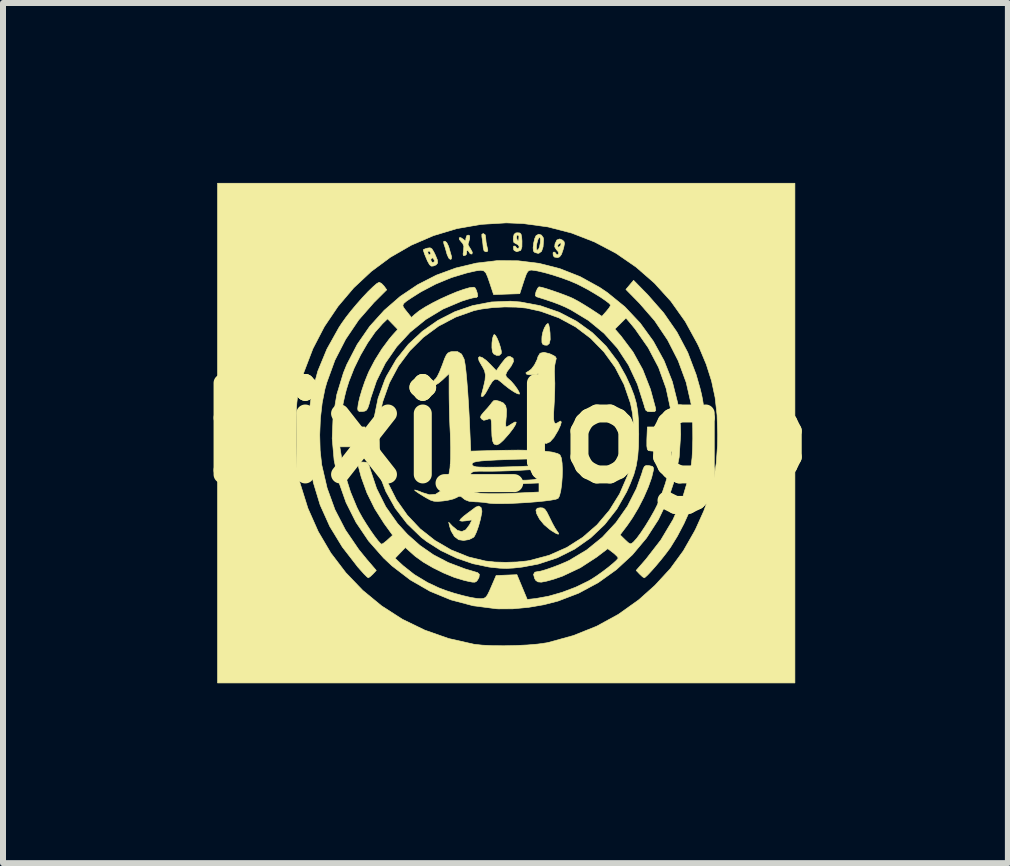
<source format=kicad_pcb>
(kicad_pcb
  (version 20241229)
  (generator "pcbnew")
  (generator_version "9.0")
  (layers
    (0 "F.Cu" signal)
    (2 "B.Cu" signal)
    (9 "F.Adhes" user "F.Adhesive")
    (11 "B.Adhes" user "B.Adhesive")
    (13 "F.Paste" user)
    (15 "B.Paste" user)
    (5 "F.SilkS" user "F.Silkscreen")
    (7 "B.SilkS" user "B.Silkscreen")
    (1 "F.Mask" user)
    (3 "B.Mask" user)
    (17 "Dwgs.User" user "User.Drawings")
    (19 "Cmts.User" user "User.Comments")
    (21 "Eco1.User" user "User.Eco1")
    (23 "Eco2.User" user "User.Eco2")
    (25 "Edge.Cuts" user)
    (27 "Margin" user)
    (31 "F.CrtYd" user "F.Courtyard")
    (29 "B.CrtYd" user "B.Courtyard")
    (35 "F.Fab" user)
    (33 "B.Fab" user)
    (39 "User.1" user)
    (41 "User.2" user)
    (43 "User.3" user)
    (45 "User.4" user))
  (footprint "bixi_logo"
    (layer "F.Cu")
    (at 5.378 4.171)
    (property "Reference" "bixi_logo" (at 0 0 0) (layer "F.SilkS") (effects (font (size 1.524 1.524) (thickness 0.3))))
    (attr through_hole)
    (fp_poly (pts (xy -0.338 -3.305) (xy -0.33 -3.257) (xy -0.323 -3.181) (xy -0.307 -3.105) (xy -0.294 -3.049) (xy -0.304 -3.026) (xy -0.326 -3.023) (xy -0.357 -3.038) (xy -0.371 -3.092) (xy -0.373 -3.117) (xy -0.381 -3.197) (xy -0.392 -3.265) (xy -0.393 -3.269) (xy -0.394 -3.315) (xy -0.369 -3.327) (xy -0.338 -3.305)) (stroke (width 0.01) (type solid)) (fill yes) (layer "F.SilkS"))
    (fp_poly (pts (xy -0.165 -1.627) (xy -0.137 -1.576) (xy -0.108 -1.505) (xy -0.084 -1.43) (xy -0.069 -1.365) (xy -0.07 -1.327) (xy -0.101 -1.297) (xy -0.15 -1.296) (xy -0.197 -1.32) (xy -0.217 -1.355) (xy -0.226 -1.424) (xy -0.225 -1.505) (xy -0.215 -1.58) (xy -0.199 -1.631) (xy -0.187 -1.644) (xy -0.165 -1.627)) (stroke (width 0.01) (type solid)) (fill yes) (layer "F.SilkS"))
    (fp_poly (pts (xy 0.722 -1.806) (xy 0.734 -1.745) (xy 0.743 -1.67) (xy 0.746 -1.56) (xy 0.73 -1.493) (xy 0.696 -1.465) (xy 0.654 -1.467) (xy 0.623 -1.48) (xy 0.608 -1.51) (xy 0.607 -1.57) (xy 0.609 -1.613) (xy 0.623 -1.683) (xy 0.649 -1.754) (xy 0.681 -1.808) (xy 0.709 -1.829) (xy 0.722 -1.806)) (stroke (width 0.01) (type solid)) (fill yes) (layer "F.SilkS"))
    (fp_poly (pts (xy -0.98 -3.177) (xy -0.95 -3.117) (xy -0.942 -3.092) (xy -0.92 -3.015) (xy -0.902 -2.953) (xy -0.898 -2.94) (xy -0.902 -2.903) (xy -0.92 -2.896) (xy -0.946 -2.918) (xy -0.972 -2.975) (xy -0.981 -3.004) (xy -1.002 -3.081) (xy -1.023 -3.144) (xy -1.027 -3.156) (xy -1.032 -3.193) (xy -1.01 -3.2) (xy -0.98 -3.177)) (stroke (width 0.01) (type solid)) (fill yes) (layer "F.SilkS"))
    (fp_poly (pts (xy 0.624 1.249) (xy 0.656 1.269) (xy 0.688 1.314) (xy 0.729 1.395) (xy 0.739 1.416) (xy 0.784 1.507) (xy 0.826 1.583) (xy 0.857 1.63) (xy 0.858 1.632) (xy 0.888 1.674) (xy 0.88 1.687) (xy 0.838 1.67) (xy 0.766 1.626) (xy 0.739 1.607) (xy 0.644 1.527) (xy 0.568 1.434) (xy 0.52 1.343) (xy 0.508 1.284) (xy 0.53 1.253) (xy 0.583 1.245) (xy 0.624 1.249)) (stroke (width 0.01) (type solid)) (fill yes) (layer "F.SilkS"))
    (fp_poly (pts (xy 0.6 -3.301) (xy 0.631 -3.256) (xy 0.635 -3.226) (xy 0.627 -3.106) (xy 0.602 -3.031) (xy 0.558 -2.999) (xy 0.542 -2.997) (xy 0.489 -3.011) (xy 0.466 -3.035) (xy 0.461 -3.091) (xy 0.463 -3.103) (xy 0.515 -3.103) (xy 0.518 -3.059) (xy 0.528 -3.048) (xy 0.553 -3.069) (xy 0.568 -3.105) (xy 0.581 -3.174) (xy 0.583 -3.231) (xy 0.575 -3.264) (xy 0.561 -3.263) (xy 0.54 -3.223) (xy 0.524 -3.164) (xy 0.515 -3.103) (xy 0.463 -3.103) (xy 0.47 -3.168) (xy 0.488 -3.244) (xy 0.511 -3.293) (xy 0.555 -3.316) (xy 0.6 -3.301)) (stroke (width 0.01) (type solid)) (fill yes) (layer "F.SilkS"))
    (fp_poly (pts (xy -0.407 1.241) (xy -0.393 1.299) (xy -0.395 1.326) (xy -0.418 1.44) (xy -0.449 1.552) (xy -0.483 1.648) (xy -0.515 1.716) (xy -0.531 1.737) (xy -0.605 1.775) (xy -0.697 1.79) (xy -0.78 1.778) (xy -0.851 1.724) (xy -0.906 1.632) (xy -0.929 1.562) (xy -0.947 1.486) (xy -0.884 1.553) (xy -0.801 1.622) (xy -0.727 1.642) (xy -0.661 1.612) (xy -0.601 1.532) (xy -0.594 1.519) (xy -0.557 1.447) (xy -0.66 1.463) (xy -0.725 1.469) (xy -0.76 1.461) (xy -0.762 1.456) (xy -0.743 1.429) (xy -0.694 1.384) (xy -0.643 1.345) (xy -0.573 1.293) (xy -0.517 1.251) (xy -0.494 1.234) (xy -0.444 1.217) (xy -0.407 1.241)) (stroke (width 0.01) (type solid)) (fill yes) (layer "F.SilkS"))
    (fp_poly (pts (xy -0.596 -3.289) (xy -0.597 -3.244) (xy -0.6 -3.232) (xy -0.615 -3.178) (xy -0.625 -3.152) (xy -0.618 -3.128) (xy -0.588 -3.079) (xy -0.583 -3.072) (xy -0.553 -3.016) (xy -0.558 -2.985) (xy -0.559 -2.985) (xy -0.588 -2.99) (xy -0.6 -3.008) (xy -0.624 -3.043) (xy -0.637 -3.048) (xy -0.649 -3.03) (xy -0.645 -3.013) (xy -0.654 -2.976) (xy -0.674 -2.962) (xy -0.7 -2.959) (xy -0.707 -2.984) (xy -0.699 -3.043) (xy -0.694 -3.115) (xy -0.713 -3.163) (xy -0.735 -3.186) (xy -0.768 -3.228) (xy -0.772 -3.256) (xy -0.745 -3.259) (xy -0.709 -3.236) (xy -0.673 -3.208) (xy -0.662 -3.217) (xy -0.66 -3.247) (xy -0.645 -3.292) (xy -0.622 -3.302) (xy -0.596 -3.289)) (stroke (width 0.01) (type solid)) (fill yes) (layer "F.SilkS"))
    (fp_poly (pts (xy 0.953 -3.216) (xy 0.977 -3.192) (xy 0.984 -3.16) (xy 0.973 -3.103) (xy 0.961 -3.059) (xy 0.933 -2.979) (xy 0.902 -2.938) (xy 0.869 -2.926) (xy 0.816 -2.935) (xy 0.797 -2.958) (xy 0.793 -3.003) (xy 0.8 -3.017) (xy 0.824 -3.016) (xy 0.831 -3.004) (xy 0.856 -2.974) (xy 0.866 -2.972) (xy 0.888 -2.988) (xy 0.88 -3.024) (xy 0.849 -3.059) (xy 0.821 -3.105) (xy 0.822 -3.115) (xy 0.867 -3.115) (xy 0.882 -3.099) (xy 0.884 -3.099) (xy 0.914 -3.119) (xy 0.924 -3.139) (xy 0.925 -3.169) (xy 0.91 -3.169) (xy 0.879 -3.146) (xy 0.867 -3.115) (xy 0.822 -3.115) (xy 0.826 -3.155) (xy 0.857 -3.219) (xy 0.905 -3.237) (xy 0.953 -3.216)) (stroke (width 0.01) (type solid)) (fill yes) (layer "F.SilkS"))
    (fp_poly (pts (xy 0.24 -3.336) (xy 0.26 -3.315) (xy 0.27 -3.265) (xy 0.275 -3.203) (xy 0.274 -3.104) (xy 0.256 -3.051) (xy 0.249 -3.044) (xy 0.188 -3.024) (xy 0.145 -3.045) (xy 0.136 -3.062) (xy 0.133 -3.105) (xy 0.14 -3.119) (xy 0.164 -3.117) (xy 0.171 -3.105) (xy 0.196 -3.076) (xy 0.222 -3.084) (xy 0.229 -3.109) (xy 0.207 -3.142) (xy 0.176 -3.157) (xy 0.14 -3.178) (xy 0.13 -3.223) (xy 0.132 -3.256) (xy 0.135 -3.274) (xy 0.183 -3.274) (xy 0.191 -3.233) (xy 0.208 -3.201) (xy 0.218 -3.217) (xy 0.222 -3.234) (xy 0.224 -3.28) (xy 0.218 -3.296) (xy 0.194 -3.302) (xy 0.183 -3.274) (xy 0.135 -3.274) (xy 0.144 -3.314) (xy 0.172 -3.337) (xy 0.203 -3.34) (xy 0.24 -3.336)) (stroke (width 0.01) (type solid)) (fill yes) (layer "F.SilkS"))
    (fp_poly (pts (xy -1.227 -3.072) (xy -1.196 -3.023) (xy -1.171 -2.972) (xy -1.136 -2.888) (xy -1.131 -2.836) (xy -1.158 -2.804) (xy -1.206 -2.785) (xy -1.239 -2.784) (xy -1.267 -2.809) (xy -1.3 -2.869) (xy -1.306 -2.883) (xy -1.245 -2.883) (xy -1.225 -2.849) (xy -1.207 -2.845) (xy -1.182 -2.862) (xy -1.185 -2.883) (xy -1.21 -2.917) (xy -1.222 -2.921) (xy -1.242 -2.9) (xy -1.245 -2.883) (xy -1.306 -2.883) (xy -1.318 -2.91) (xy -1.349 -2.985) (xy -1.357 -3.011) (xy -1.295 -3.011) (xy -1.282 -2.977) (xy -1.27 -2.972) (xy -1.245 -2.99) (xy -1.245 -2.996) (xy -1.263 -3.03) (xy -1.27 -3.035) (xy -1.292 -3.03) (xy -1.295 -3.011) (xy -1.357 -3.011) (xy -1.367 -3.04) (xy -1.369 -3.059) (xy -1.339 -3.072) (xy -1.295 -3.085) (xy -1.257 -3.089) (xy -1.227 -3.072)) (stroke (width 0.01) (type solid)) (fill yes) (layer "F.SilkS"))
    (fp_poly (pts (xy -0.1 -0.531) (xy -0.097 -0.53) (xy -0.034 -0.501) (xy 0.003 -0.456) (xy 0.018 -0.386) (xy 0.014 -0.279) (xy 0.01 -0.242) (xy 0.004 -0.166) (xy 0.005 -0.115) (xy 0.012 -0.102) (xy 0.043 -0.115) (xy 0.095 -0.148) (xy 0.104 -0.154) (xy 0.157 -0.185) (xy 0.179 -0.181) (xy 0.17 -0.146) (xy 0.132 -0.083) (xy 0.066 0.004) (xy 0.043 0.031) (xy -0.039 0.123) (xy -0.1 0.177) (xy -0.145 0.197) (xy -0.182 0.187) (xy -0.197 0.173) (xy -0.215 0.13) (xy -0.226 0.047) (xy -0.229 -0.039) (xy -0.231 -0.13) (xy -0.236 -0.201) (xy -0.244 -0.235) (xy -0.245 -0.236) (xy -0.277 -0.238) (xy -0.311 -0.225) (xy -0.362 -0.213) (xy -0.398 -0.235) (xy -0.416 -0.262) (xy -0.407 -0.293) (xy -0.368 -0.342) (xy -0.351 -0.361) (xy -0.291 -0.427) (xy -0.242 -0.487) (xy -0.229 -0.505) (xy -0.198 -0.539) (xy -0.162 -0.546) (xy -0.1 -0.531)) (stroke (width 0.01) (type solid)) (fill yes) (layer "F.SilkS"))
    (fp_poly (pts (xy 0.127 -1.247) (xy 0.134 -1.193) (xy 0.095 -1.117) (xy 0.076 -1.092) (xy 0.023 -1.02) (xy 0.004 -0.971) (xy 0.016 -0.936) (xy 0.045 -0.909) (xy 0.093 -0.866) (xy 0.145 -0.806) (xy 0.192 -0.742) (xy 0.225 -0.687) (xy 0.235 -0.654) (xy 0.232 -0.65) (xy 0.2 -0.656) (xy 0.14 -0.688) (xy 0.064 -0.739) (xy -0.017 -0.802) (xy -0.082 -0.858) (xy -0.132 -0.895) (xy -0.174 -0.898) (xy -0.217 -0.864) (xy -0.265 -0.788) (xy -0.295 -0.732) (xy -0.333 -0.664) (xy -0.367 -0.619) (xy -0.381 -0.61) (xy -0.406 -0.615) (xy -0.406 -0.616) (xy -0.4 -0.642) (xy -0.384 -0.702) (xy -0.368 -0.762) (xy -0.341 -0.881) (xy -0.334 -0.969) (xy -0.349 -1.041) (xy -0.386 -1.112) (xy -0.394 -1.123) (xy -0.441 -1.206) (xy -0.452 -1.256) (xy -0.432 -1.274) (xy -0.385 -1.258) (xy -0.316 -1.207) (xy -0.263 -1.155) (xy -0.153 -1.041) (xy -0.063 -1.166) (xy -0.004 -1.24) (xy 0.041 -1.275) (xy 0.075 -1.278) (xy 0.127 -1.247)) (stroke (width 0.01) (type solid)) (fill yes) (layer "F.SilkS"))
    (fp_poly (pts (xy -2.066 -2.494) (xy -2.025 -2.451) (xy -1.98 -2.389) (xy -2.192 -2.178) (xy -2.447 -1.887) (xy -2.665 -1.564) (xy -2.844 -1.215) (xy -2.979 -0.844) (xy -3.01 -0.735) (xy -3.056 -0.504) (xy -3.086 -0.243) (xy -3.097 0.029) (xy -3.09 0.291) (xy -3.064 0.527) (xy -3.063 0.533) (xy -2.974 0.916) (xy -2.844 1.275) (xy -2.669 1.614) (xy -2.447 1.94) (xy -2.313 2.105) (xy -2.154 2.29) (xy -2.211 2.351) (xy -2.256 2.393) (xy -2.287 2.413) (xy -2.288 2.413) (xy -2.312 2.395) (xy -2.36 2.347) (xy -2.424 2.276) (xy -2.462 2.233) (xy -2.72 1.9) (xy -2.929 1.557) (xy -3.09 1.199) (xy -3.204 0.824) (xy -3.273 0.43) (xy -3.294 0.152) (xy -3.287 -0.258) (xy -3.232 -0.653) (xy -3.129 -1.033) (xy -2.977 -1.401) (xy -2.776 -1.761) (xy -2.732 -1.828) (xy -2.661 -1.928) (xy -2.575 -2.038) (xy -2.48 -2.151) (xy -2.384 -2.26) (xy -2.292 -2.358) (xy -2.21 -2.437) (xy -2.147 -2.492) (xy -2.107 -2.514) (xy -2.104 -2.514) (xy -2.066 -2.494)) (stroke (width 0.01) (type solid)) (fill yes) (layer "F.SilkS"))
    (fp_poly (pts (xy 0.737 -1.323) (xy 0.775 -1.306) (xy 0.83 -1.276) (xy 0.847 -1.246) (xy 0.836 -1.197) (xy 0.833 -1.19) (xy 0.821 -1.125) (xy 0.816 -1.031) (xy 0.819 -0.934) (xy 0.823 -0.83) (xy 0.821 -0.697) (xy 0.816 -0.554) (xy 0.811 -0.473) (xy 0.803 -0.33) (xy 0.803 -0.232) (xy 0.813 -0.176) (xy 0.834 -0.157) (xy 0.867 -0.171) (xy 0.876 -0.177) (xy 0.916 -0.201) (xy 0.931 -0.185) (xy 0.918 -0.133) (xy 0.879 -0.048) (xy 0.878 -0.045) (xy 0.807 0.074) (xy 0.743 0.145) (xy 0.682 0.173) (xy 0.62 0.158) (xy 0.598 0.144) (xy 0.583 0.129) (xy 0.571 0.105) (xy 0.563 0.065) (xy 0.557 0.003) (xy 0.553 -0.087) (xy 0.551 -0.214) (xy 0.55 -0.383) (xy 0.549 -0.44) (xy 0.547 -0.989) (xy 0.454 -0.974) (xy 0.391 -0.972) (xy 0.35 -0.984) (xy 0.34 -1.004) (xy 0.372 -1.025) (xy 0.379 -1.028) (xy 0.43 -1.065) (xy 0.483 -1.135) (xy 0.526 -1.221) (xy 0.543 -1.276) (xy 0.577 -1.331) (xy 0.642 -1.347) (xy 0.737 -1.323)) (stroke (width 0.01) (type solid)) (fill yes) (layer "F.SilkS"))
    (fp_poly (pts (xy 2.37 -2.308) (xy 2.638 -2.003) (xy 2.859 -1.684) (xy 3.039 -1.344) (xy 3.179 -0.975) (xy 3.245 -0.744) (xy 3.269 -0.646) (xy 3.286 -0.561) (xy 3.299 -0.478) (xy 3.307 -0.388) (xy 3.311 -0.28) (xy 3.312 -0.142) (xy 3.312 0.036) (xy 3.312 0.038) (xy 3.312 0.214) (xy 3.309 0.351) (xy 3.305 0.458) (xy 3.297 0.547) (xy 3.284 0.628) (xy 3.265 0.714) (xy 3.24 0.813) (xy 3.231 0.848) (xy 3.166 1.058) (xy 3.078 1.284) (xy 2.976 1.51) (xy 2.865 1.721) (xy 2.755 1.9) (xy 2.74 1.922) (xy 2.676 2.008) (xy 2.601 2.103) (xy 2.522 2.198) (xy 2.446 2.285) (xy 2.381 2.355) (xy 2.334 2.4) (xy 2.314 2.413) (xy 2.285 2.396) (xy 2.241 2.355) (xy 2.237 2.351) (xy 2.179 2.29) (xy 2.342 2.103) (xy 2.59 1.783) (xy 2.794 1.441) (xy 2.952 1.082) (xy 3.062 0.71) (xy 3.098 0.525) (xy 3.111 0.413) (xy 3.119 0.266) (xy 3.123 0.098) (xy 3.122 -0.077) (xy 3.118 -0.243) (xy 3.109 -0.385) (xy 3.098 -0.474) (xy 3.013 -0.845) (xy 2.88 -1.206) (xy 2.704 -1.551) (xy 2.487 -1.874) (xy 2.232 -2.167) (xy 2.23 -2.169) (xy 2.008 -2.395) (xy 2.072 -2.471) (xy 2.136 -2.547) (xy 2.37 -2.308)) (stroke (width 0.01) (type solid)) (fill yes) (layer "F.SilkS"))
    (fp_poly (pts (xy 4.826 4.166) (xy -4.801 4.166) (xy -4.801 0.025) (xy -3.492 0.025) (xy -3.492 0.21) (xy -3.49 0.354) (xy -3.486 0.467) (xy -3.479 0.559) (xy -3.469 0.64) (xy -3.453 0.719) (xy -3.432 0.808) (xy -3.424 0.84) (xy -3.294 1.254) (xy -3.122 1.642) (xy -2.911 2.001) (xy -2.662 2.328) (xy -2.379 2.623) (xy -2.064 2.882) (xy -1.719 3.104) (xy -1.346 3.285) (xy -0.948 3.425) (xy -0.528 3.52) (xy -0.521 3.521) (xy -0.387 3.536) (xy -0.218 3.544) (xy -0.027 3.546) (xy 0.172 3.542) (xy 0.365 3.533) (xy 0.539 3.518) (xy 0.68 3.498) (xy 0.711 3.492) (xy 1.131 3.376) (xy 1.521 3.22) (xy 1.883 3.022) (xy 2.221 2.781) (xy 2.491 2.54) (xy 2.749 2.26) (xy 2.966 1.963) (xy 3.153 1.635) (xy 3.176 1.589) (xy 3.306 1.3) (xy 3.404 1.032) (xy 3.473 0.771) (xy 3.515 0.501) (xy 3.535 0.208) (xy 3.538 0.025) (xy 3.528 -0.3) (xy 3.495 -0.594) (xy 3.436 -0.87) (xy 3.348 -1.146) (xy 3.227 -1.435) (xy 3.2 -1.491) (xy 2.998 -1.86) (xy 2.758 -2.198) (xy 2.483 -2.501) (xy 2.177 -2.768) (xy 1.843 -2.998) (xy 1.484 -3.187) (xy 1.104 -3.335) (xy 0.706 -3.438) (xy 0.293 -3.494) (xy 0.013 -3.505) (xy -0.407 -3.48) (xy -0.812 -3.409) (xy -1.201 -3.292) (xy -1.57 -3.133) (xy -1.917 -2.933) (xy -2.238 -2.695) (xy -2.531 -2.421) (xy -2.792 -2.113) (xy -3.02 -1.775) (xy -3.211 -1.407) (xy -3.362 -1.012) (xy -3.432 -0.762) (xy -3.453 -0.675) (xy -3.468 -0.594) (xy -3.478 -0.51) (xy -3.485 -0.414) (xy -3.49 -0.294) (xy -3.491 -0.142) (xy -3.492 0.025) (xy -4.801 0.025) (xy -4.801 -4.166) (xy 4.826 -4.166) (xy 4.826 4.166)) (stroke (width 0.01) (type solid)) (fill yes) (layer "F.SilkS"))
    (fp_poly (pts (xy 0.25 -2.186) (xy 0.583 -2.123) (xy 0.895 -2.015) (xy 1.184 -1.865) (xy 1.446 -1.676) (xy 1.677 -1.45) (xy 1.873 -1.19) (xy 2.006 -0.953) (xy 2.085 -0.781) (xy 2.142 -0.635) (xy 2.181 -0.5) (xy 2.205 -0.362) (xy 2.218 -0.204) (xy 2.221 -0.012) (xy 2.222 0.013) (xy 2.218 0.221) (xy 2.205 0.394) (xy 2.18 0.546) (xy 2.14 0.692) (xy 2.08 0.845) (xy 2.021 0.978) (xy 1.857 1.267) (xy 1.655 1.524) (xy 1.42 1.747) (xy 1.154 1.934) (xy 0.863 2.08) (xy 0.55 2.183) (xy 0.28 2.234) (xy 0.137 2.25) (xy 0.021 2.256) (xy -0.091 2.253) (xy -0.22 2.24) (xy -0.278 2.233) (xy -0.541 2.178) (xy -0.812 2.085) (xy -1.074 1.96) (xy -1.312 1.809) (xy -1.405 1.738) (xy -1.641 1.509) (xy -1.838 1.253) (xy -1.994 0.974) (xy -2.108 0.678) (xy -2.179 0.369) (xy -2.206 0.053) (xy -2.203 -0.013) (xy -2.109 -0.013) (xy -2.101 0.234) (xy -2.071 0.465) (xy -2.056 0.533) (xy -1.959 0.833) (xy -1.818 1.113) (xy -1.638 1.368) (xy -1.423 1.596) (xy -1.177 1.79) (xy -0.906 1.948) (xy -0.613 2.066) (xy -0.334 2.133) (xy -0.179 2.15) (xy 0.004 2.155) (xy 0.191 2.149) (xy 0.36 2.132) (xy 0.411 2.123) (xy 0.727 2.038) (xy 1.021 1.908) (xy 1.288 1.738) (xy 1.527 1.53) (xy 1.733 1.287) (xy 1.903 1.014) (xy 2.034 0.712) (xy 2.086 0.546) (xy 2.123 0.352) (xy 2.141 0.13) (xy 2.139 -0.101) (xy 2.119 -0.322) (xy 2.085 -0.495) (xy 1.977 -0.809) (xy 1.828 -1.096) (xy 1.641 -1.354) (xy 1.42 -1.58) (xy 1.168 -1.771) (xy 0.889 -1.922) (xy 0.587 -2.031) (xy 0.348 -2.084) (xy 0.179 -2.1) (xy -0.015 -2.103) (xy -0.215 -2.092) (xy -0.4 -2.068) (xy -0.521 -2.043) (xy -0.829 -1.934) (xy -1.114 -1.784) (xy -1.371 -1.595) (xy -1.595 -1.372) (xy -1.785 -1.118) (xy -1.935 -0.838) (xy -2.043 -0.534) (xy -2.058 -0.476) (xy -2.094 -0.257) (xy -2.109 -0.013) (xy -2.203 -0.013) (xy -2.188 -0.266) (xy -2.124 -0.581) (xy -2.011 -0.889) (xy -1.982 -0.951) (xy -1.819 -1.231) (xy -1.618 -1.481) (xy -1.385 -1.698) (xy -1.125 -1.88) (xy -0.843 -2.024) (xy -0.544 -2.127) (xy -0.234 -2.186) (xy 0.083 -2.199) (xy 0.25 -2.186)) (stroke (width 0.01) (type solid)) (fill yes) (layer "F.SilkS"))
    (fp_poly (pts (xy -0.732 -1.317) (xy -0.689 -1.232) (xy -0.688 -1.225) (xy -0.674 -1.151) (xy -0.659 -1.032) (xy -0.644 -0.874) (xy -0.629 -0.683) (xy -0.615 -0.466) (xy -0.602 -0.227) (xy -0.596 -0.085) (xy -0.579 0.301) (xy -0.054 0.287) (xy 0.218 0.284) (xy 0.449 0.288) (xy 0.636 0.299) (xy 0.777 0.317) (xy 0.872 0.342) (xy 0.909 0.365) (xy 0.931 0.414) (xy 0.944 0.5) (xy 0.949 0.611) (xy 0.946 0.734) (xy 0.937 0.856) (xy 0.921 0.965) (xy 0.9 1.048) (xy 0.878 1.088) (xy 0.84 1.103) (xy 0.76 1.118) (xy 0.647 1.133) (xy 0.512 1.146) (xy 0.363 1.158) (xy 0.208 1.167) (xy 0.058 1.174) (xy -0.078 1.176) (xy -0.191 1.175) (xy -0.273 1.169) (xy -0.292 1.166) (xy -0.362 1.155) (xy -0.456 1.148) (xy -0.506 1.146) (xy -0.607 1.137) (xy -0.674 1.111) (xy -0.701 1.09) (xy -0.745 1.055) (xy -0.78 1.055) (xy -0.817 1.076) (xy -0.873 1.099) (xy -0.96 1.12) (xy -1.041 1.132) (xy -1.13 1.139) (xy -1.193 1.136) (xy -1.252 1.117) (xy -1.324 1.078) (xy -1.366 1.053) (xy -1.442 1.006) (xy -1.495 0.969) (xy -1.516 0.95) (xy -1.516 0.949) (xy -1.49 0.953) (xy -1.432 0.973) (xy -1.387 0.992) (xy -1.265 1.029) (xy -1.165 1.02) (xy -1.081 0.966) (xy -1.073 0.958) (xy -1.059 0.94) (xy -0.572 0.94) (xy -0.555 0.969) (xy -0.503 0.99) (xy -0.413 1.004) (xy -0.282 1.011) (xy -0.108 1.011) (xy 0.113 1.004) (xy 0.212 0.999) (xy 0.559 0.983) (xy 0.559 0.832) (xy 0.146 0.848) (xy -0.076 0.857) (xy -0.251 0.868) (xy -0.384 0.879) (xy -0.478 0.893) (xy -0.538 0.908) (xy -0.567 0.927) (xy -0.572 0.94) (xy -1.059 0.94) (xy -1.019 0.887) (xy -0.976 0.805) (xy -0.968 0.776) (xy -0.61 0.776) (xy -0.605 0.797) (xy -0.583 0.808) (xy -0.535 0.81) (xy -0.451 0.804) (xy -0.4 0.8) (xy -0.282 0.792) (xy -0.136 0.787) (xy 0.015 0.785) (xy 0.1 0.786) (xy 0.225 0.787) (xy 0.34 0.785) (xy 0.43 0.78) (xy 0.474 0.776) (xy 0.532 0.758) (xy 0.555 0.726) (xy 0.559 0.681) (xy 0.559 0.602) (xy 0.235 0.621) (xy 0.083 0.628) (xy -0.078 0.633) (xy -0.226 0.636) (xy -0.322 0.636) (xy -0.434 0.635) (xy -0.505 0.638) (xy -0.548 0.648) (xy -0.572 0.666) (xy -0.582 0.682) (xy -0.605 0.743) (xy -0.61 0.776) (xy -0.968 0.776) (xy -0.946 0.705) (xy -0.925 0.582) (xy -0.921 0.522) (xy -0.559 0.522) (xy -0.537 0.549) (xy -0.489 0.563) (xy -0.426 0.567) (xy -0.329 0.569) (xy -0.208 0.568) (xy -0.071 0.566) (xy 0.072 0.562) (xy 0.211 0.558) (xy 0.337 0.552) (xy 0.441 0.546) (xy 0.513 0.54) (xy 0.543 0.533) (xy 0.543 0.533) (xy 0.554 0.494) (xy 0.549 0.468) (xy 0.539 0.453) (xy 0.519 0.442) (xy 0.482 0.435) (xy 0.421 0.432) (xy 0.328 0.433) (xy 0.197 0.436) (xy 0.056 0.441) (xy -0.139 0.448) (xy -0.29 0.456) (xy -0.401 0.464) (xy -0.478 0.474) (xy -0.526 0.486) (xy -0.551 0.501) (xy -0.559 0.52) (xy -0.559 0.522) (xy -0.921 0.522) (xy -0.915 0.429) (xy -0.914 0.241) (xy -0.92 0.012) (xy -0.927 -0.127) (xy -0.932 -0.256) (xy -0.936 -0.413) (xy -0.939 -0.575) (xy -0.94 -0.68) (xy -0.94 -0.992) (xy -1.047 -0.89) (xy -1.115 -0.833) (xy -1.174 -0.797) (xy -1.216 -0.785) (xy -1.233 -0.799) (xy -1.221 -0.834) (xy -1.182 -0.889) (xy -1.159 -0.911) (xy -1.134 -0.949) (xy -1.099 -1.021) (xy -1.062 -1.114) (xy -1.051 -1.142) (xy -1.015 -1.241) (xy -0.986 -1.302) (xy -0.959 -1.335) (xy -0.924 -1.352) (xy -0.897 -1.358) (xy -0.8 -1.359) (xy -0.732 -1.317)) (stroke (width 0.01) (type solid)) (fill yes) (layer "F.SilkS"))
    (fp_poly (pts (xy 0.21 -2.873) (xy 0.56 -2.83) (xy 0.906 -2.742) (xy 1.244 -2.609) (xy 1.569 -2.43) (xy 1.697 -2.344) (xy 1.99 -2.106) (xy 2.247 -1.833) (xy 2.466 -1.531) (xy 2.645 -1.205) (xy 2.782 -0.858) (xy 2.873 -0.496) (xy 2.917 -0.123) (xy 2.921 0.025) (xy 2.896 0.402) (xy 2.824 0.767) (xy 2.708 1.115) (xy 2.549 1.444) (xy 2.351 1.75) (xy 2.117 2.029) (xy 1.848 2.278) (xy 1.549 2.492) (xy 1.221 2.669) (xy 0.876 2.801) (xy 0.639 2.862) (xy 0.382 2.906) (xy 0.123 2.93) (xy -0.115 2.931) (xy -0.152 2.929) (xy -0.539 2.879) (xy -0.909 2.781) (xy -1.259 2.637) (xy -1.587 2.448) (xy -1.891 2.215) (xy -2.032 2.083) (xy -2.283 1.798) (xy -2.492 1.488) (xy -2.658 1.158) (xy -2.78 0.812) (xy -2.857 0.454) (xy -2.877 0.229) (xy -2.762 0.229) (xy -2.726 0.449) (xy -2.669 0.711) (xy -2.584 0.981) (xy -2.478 1.237) (xy -2.437 1.319) (xy -2.384 1.414) (xy -2.32 1.517) (xy -2.252 1.621) (xy -2.186 1.715) (xy -2.128 1.791) (xy -2.084 1.84) (xy -2.064 1.853) (xy -2.035 1.837) (xy -1.985 1.798) (xy -1.963 1.778) (xy -1.881 1.703) (xy -2.024 1.506) (xy -2.179 1.262) (xy -2.309 0.999) (xy -2.404 0.737) (xy -2.411 0.712) (xy -2.436 0.619) (xy -2.455 0.546) (xy -2.464 0.505) (xy -2.464 0.502) (xy -2.441 0.489) (xy -2.387 0.483) (xy -2.376 0.483) (xy -2.32 0.487) (xy -2.289 0.508) (xy -2.268 0.561) (xy -2.26 0.591) (xy -2.149 0.923) (xy -1.996 1.229) (xy -1.799 1.508) (xy -1.635 1.688) (xy -1.424 1.875) (xy -1.2 2.03) (xy -0.953 2.159) (xy -0.673 2.265) (xy -0.464 2.327) (xy -0.435 2.355) (xy -0.442 2.408) (xy -0.467 2.452) (xy -0.487 2.475) (xy -0.512 2.486) (xy -0.553 2.485) (xy -0.624 2.471) (xy -0.692 2.455) (xy -0.854 2.406) (xy -1.031 2.333) (xy -1.209 2.245) (xy -1.372 2.15) (xy -1.504 2.055) (xy -1.527 2.035) (xy -1.669 1.908) (xy -1.755 1.997) (xy -1.841 2.087) (xy -1.707 2.211) (xy -1.52 2.359) (xy -1.296 2.494) (xy -1.108 2.582) (xy -0.989 2.627) (xy -0.852 2.671) (xy -0.713 2.709) (xy -0.582 2.74) (xy -0.474 2.758) (xy -0.408 2.762) (xy -0.363 2.756) (xy -0.331 2.739) (xy -0.302 2.702) (xy -0.268 2.634) (xy -0.238 2.565) (xy -0.156 2.375) (xy 0.017 2.368) (xy 0.191 2.361) (xy 0.363 2.774) (xy 0.509 2.758) (xy 0.718 2.72) (xy 0.945 2.655) (xy 1.172 2.569) (xy 1.378 2.469) (xy 1.438 2.435) (xy 1.525 2.378) (xy 1.619 2.311) (xy 1.711 2.241) (xy 1.791 2.175) (xy 1.85 2.122) (xy 1.878 2.088) (xy 1.88 2.083) (xy 1.861 2.055) (xy 1.815 2.011) (xy 1.792 1.993) (xy 1.705 1.927) (xy 1.52 2.068) (xy 1.248 2.245) (xy 0.951 2.385) (xy 0.804 2.436) (xy 0.681 2.47) (xy 0.597 2.486) (xy 0.542 2.481) (xy 0.506 2.457) (xy 0.486 2.424) (xy 0.468 2.356) (xy 0.49 2.319) (xy 0.53 2.311) (xy 0.587 2.302) (xy 0.677 2.276) (xy 0.786 2.238) (xy 0.902 2.194) (xy 1.01 2.148) (xy 1.067 2.121) (xy 1.355 1.948) (xy 1.615 1.737) (xy 1.843 1.492) (xy 2.034 1.22) (xy 2.184 0.925) (xy 2.271 0.68) (xy 2.296 0.599) (xy 2.317 0.556) (xy 2.344 0.541) (xy 2.388 0.542) (xy 2.395 0.543) (xy 2.451 0.555) (xy 2.469 0.582) (xy 2.468 0.613) (xy 2.437 0.743) (xy 2.381 0.9) (xy 2.306 1.072) (xy 2.217 1.246) (xy 2.12 1.409) (xy 2.036 1.532) (xy 1.911 1.697) (xy 1.996 1.78) (xy 2.049 1.829) (xy 2.082 1.847) (xy 2.109 1.837) (xy 2.135 1.815) (xy 2.189 1.755) (xy 2.258 1.661) (xy 2.335 1.545) (xy 2.412 1.418) (xy 2.483 1.293) (xy 2.527 1.206) (xy 2.601 1.03) (xy 2.668 0.834) (xy 2.721 0.639) (xy 2.754 0.465) (xy 2.756 0.451) (xy 2.774 0.305) (xy 2.596 0.305) (xy 2.502 0.303) (xy 2.426 0.298) (xy 2.384 0.292) (xy 2.383 0.292) (xy 2.365 0.27) (xy 2.357 0.215) (xy 2.357 0.12) (xy 2.358 0.089) (xy 2.366 -0.102) (xy 2.58 -0.102) (xy 2.677 -0.104) (xy 2.751 -0.109) (xy 2.79 -0.117) (xy 2.794 -0.121) (xy 2.79 -0.153) (xy 2.781 -0.223) (xy 2.767 -0.319) (xy 2.757 -0.381) (xy 2.678 -0.747) (xy 2.553 -1.094) (xy 2.38 -1.423) (xy 2.16 -1.738) (xy 2.085 -1.829) (xy 2.009 -1.918) (xy 1.825 -1.735) (xy 1.928 -1.616) (xy 2.127 -1.351) (xy 2.289 -1.058) (xy 2.417 -0.731) (xy 2.5 -0.425) (xy 2.506 -0.379) (xy 2.488 -0.359) (xy 2.432 -0.356) (xy 2.427 -0.356) (xy 2.371 -0.36) (xy 2.34 -0.381) (xy 2.319 -0.434) (xy 2.312 -0.464) (xy 2.2 -0.816) (xy 2.052 -1.133) (xy 1.866 -1.416) (xy 1.643 -1.664) (xy 1.383 -1.878) (xy 1.092 -2.054) (xy 0.998 -2.101) (xy 0.903 -2.142) (xy 0.795 -2.183) (xy 0.662 -2.228) (xy 0.515 -2.274) (xy 0.497 -2.294) (xy 0.506 -2.344) (xy 0.511 -2.361) (xy 0.536 -2.414) (xy 0.559 -2.438) (xy 0.56 -2.438) (xy 0.605 -2.43) (xy 0.684 -2.407) (xy 0.785 -2.374) (xy 0.894 -2.336) (xy 0.999 -2.297) (xy 1.087 -2.262) (xy 1.13 -2.242) (xy 1.216 -2.196) (xy 1.321 -2.133) (xy 1.425 -2.068) (xy 1.433 -2.063) (xy 1.608 -1.947) (xy 1.68 -2.028) (xy 1.725 -2.083) (xy 1.75 -2.124) (xy 1.753 -2.132) (xy 1.732 -2.16) (xy 1.674 -2.205) (xy 1.59 -2.263) (xy 1.486 -2.327) (xy 1.374 -2.393) (xy 1.26 -2.453) (xy 1.186 -2.49) (xy 1.068 -2.54) (xy 0.931 -2.59) (xy 0.787 -2.637) (xy 0.65 -2.676) (xy 0.531 -2.704) (xy 0.444 -2.717) (xy 0.431 -2.718) (xy 0.397 -2.713) (xy 0.371 -2.693) (xy 0.346 -2.647) (xy 0.317 -2.566) (xy 0.302 -2.521) (xy 0.238 -2.324) (xy 0.02 -2.317) (xy -0.198 -2.309) (xy -0.266 -2.514) (xy -0.299 -2.608) (xy -0.327 -2.671) (xy -0.362 -2.705) (xy -0.413 -2.715) (xy -0.491 -2.705) (xy -0.606 -2.679) (xy -0.648 -2.669) (xy -0.903 -2.592) (xy -1.164 -2.484) (xy -1.406 -2.357) (xy -1.456 -2.326) (xy -1.571 -2.253) (xy -1.649 -2.201) (xy -1.694 -2.163) (xy -1.711 -2.133) (xy -1.704 -2.103) (xy -1.679 -2.067) (xy -1.651 -2.032) (xy -1.568 -1.928) (xy -1.514 -1.978) (xy -1.44 -2.037) (xy -1.338 -2.102) (xy -1.216 -2.17) (xy -1.083 -2.237) (xy -0.946 -2.299) (xy -0.815 -2.354) (xy -0.697 -2.396) (xy -0.6 -2.424) (xy -0.534 -2.432) (xy -0.509 -2.424) (xy -0.486 -2.383) (xy -0.469 -2.33) (xy -0.462 -2.28) (xy -0.482 -2.262) (xy -0.501 -2.261) (xy -0.548 -2.253) (xy -0.627 -2.232) (xy -0.721 -2.202) (xy -0.726 -2.201) (xy -1.041 -2.068) (xy -1.329 -1.894) (xy -1.589 -1.683) (xy -1.814 -1.439) (xy -2.003 -1.166) (xy -2.151 -0.868) (xy -2.245 -0.589) (xy -2.273 -0.484) (xy -2.295 -0.419) (xy -2.317 -0.383) (xy -2.344 -0.367) (xy -2.382 -0.361) (xy -2.384 -0.36) (xy -2.439 -0.36) (xy -2.461 -0.381) (xy -2.464 -0.412) (xy -2.454 -0.488) (xy -2.429 -0.597) (xy -2.391 -0.725) (xy -2.345 -0.859) (xy -2.295 -0.984) (xy -2.275 -1.03) (xy -2.178 -1.215) (xy -2.061 -1.402) (xy -1.937 -1.569) (xy -1.885 -1.631) (xy -1.796 -1.729) (xy -1.966 -1.905) (xy -2.051 -1.823) (xy -2.174 -1.683) (xy -2.298 -1.504) (xy -2.417 -1.299) (xy -2.524 -1.08) (xy -2.611 -0.858) (xy -2.653 -0.724) (xy -2.682 -0.61) (xy -2.708 -0.488) (xy -2.729 -0.367) (xy -2.745 -0.258) (xy -2.752 -0.173) (xy -2.751 -0.122) (xy -2.747 -0.114) (xy -2.718 -0.108) (xy -2.65 -0.104) (xy -2.559 -0.102) (xy -2.538 -0.102) (xy -2.341 -0.102) (xy -2.333 0.064) (xy -2.324 0.229) (xy -2.543 0.229) (xy -2.762 0.229) (xy -2.877 0.229) (xy -2.889 0.09) (xy -2.874 -0.278) (xy -2.812 -0.644) (xy -2.702 -1.004) (xy -2.645 -1.144) (xy -2.472 -1.478) (xy -2.264 -1.779) (xy -2.023 -2.046) (xy -1.756 -2.278) (xy -1.464 -2.474) (xy -1.153 -2.633) (xy -0.826 -2.753) (xy -0.487 -2.834) (xy -0.14 -2.875) (xy 0.21 -2.873)) (stroke (width 0.01) (type solid)) (fill yes) (layer "F.SilkS")))
  (gr_rect
    (start -3 -3)
    (end 13.755 11.341)
    (stroke (width 0.1) (type default))
    (fill no)
    (layer "Edge.Cuts")))
</source>
